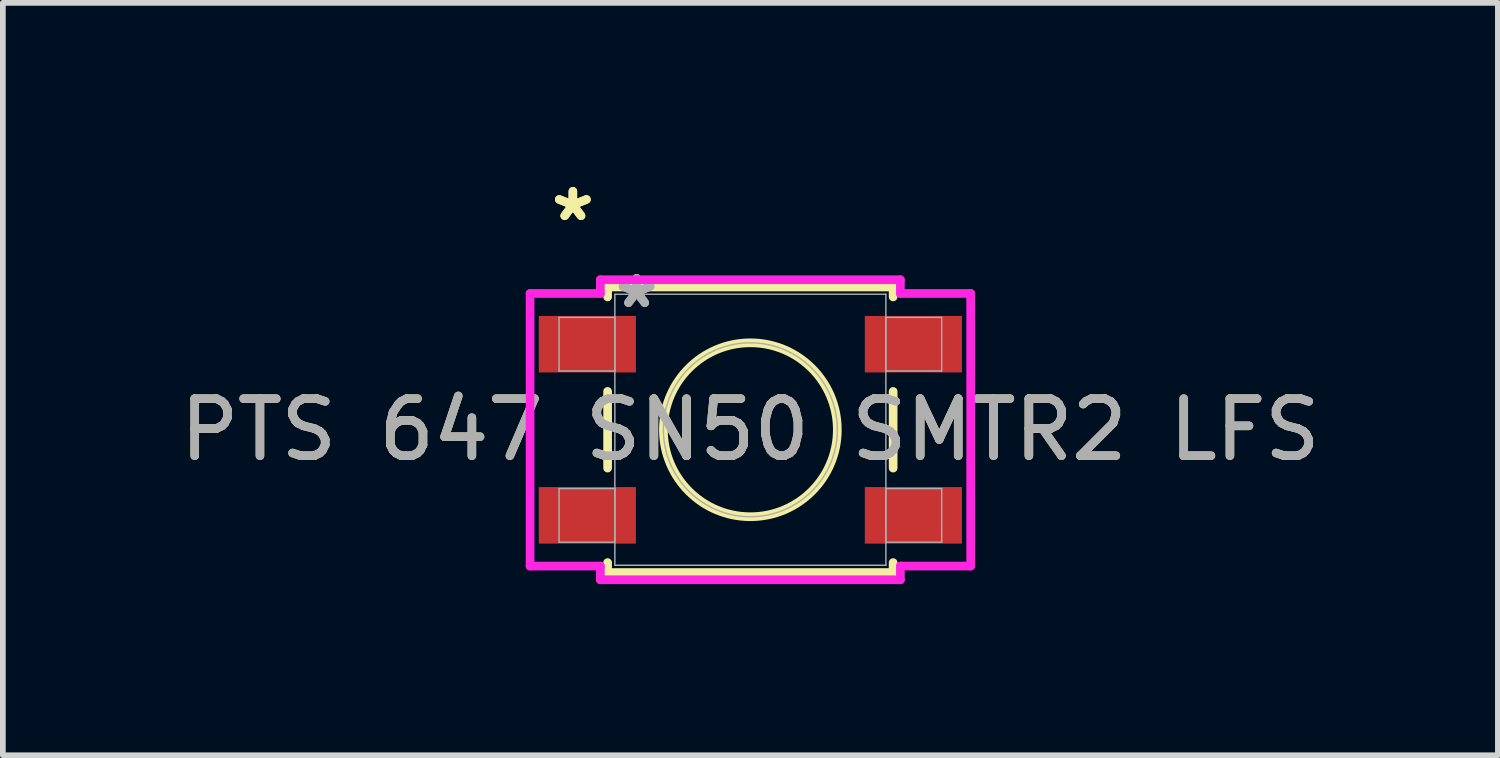
<source format=kicad_pcb>
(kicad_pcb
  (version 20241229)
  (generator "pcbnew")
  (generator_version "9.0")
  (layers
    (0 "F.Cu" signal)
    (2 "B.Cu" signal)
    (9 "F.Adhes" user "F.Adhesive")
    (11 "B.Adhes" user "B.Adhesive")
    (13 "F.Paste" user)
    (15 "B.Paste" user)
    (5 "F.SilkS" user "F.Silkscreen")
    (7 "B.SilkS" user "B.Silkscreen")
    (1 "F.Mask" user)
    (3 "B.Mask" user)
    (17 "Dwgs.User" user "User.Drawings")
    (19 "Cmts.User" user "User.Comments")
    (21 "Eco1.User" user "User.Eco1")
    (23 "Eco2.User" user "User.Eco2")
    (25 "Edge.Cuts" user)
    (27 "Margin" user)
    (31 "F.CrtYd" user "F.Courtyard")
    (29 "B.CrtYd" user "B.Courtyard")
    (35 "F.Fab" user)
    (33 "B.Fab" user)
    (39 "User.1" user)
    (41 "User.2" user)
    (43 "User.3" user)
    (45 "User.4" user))
  (footprint "PTS 647 SN50 SMTR2 LFS"
    (layer "F.Cu")
    (at 10.101 4.482)
    (property "Reference" "PTS 647 SN50 SMTR2 LFS" (at 0 0 0) (unlocked yes) (layer "F.SilkS") (effects (font (size 1 1) (thickness 0.15))))
    (attr smd)
    (fp_line (start -2.502 -2.502) (end -2.502 -2.328) (stroke (width 0.152) (type solid)) (layer "F.SilkS"))
    (fp_line (start -2.502 -0.672) (end -2.502 0.672) (stroke (width 0.152) (type solid)) (layer "F.SilkS"))
    (fp_line (start -2.502 2.328) (end -2.502 2.502) (stroke (width 0.152) (type solid)) (layer "F.SilkS"))
    (fp_line (start -2.502 2.502) (end 2.502 2.502) (stroke (width 0.152) (type solid)) (layer "F.SilkS"))
    (fp_line (start 2.502 -2.502) (end -2.502 -2.502) (stroke (width 0.152) (type solid)) (layer "F.SilkS"))
    (fp_line (start 2.502 -2.328) (end 2.502 -2.502) (stroke (width 0.152) (type solid)) (layer "F.SilkS"))
    (fp_line (start 2.502 0.672) (end 2.502 -0.672) (stroke (width 0.152) (type solid)) (layer "F.SilkS"))
    (fp_line (start 2.502 2.502) (end 2.502 2.328) (stroke (width 0.152) (type solid)) (layer "F.SilkS"))
    (fp_circle (center 0 0) (end 1.524 0) (stroke (width 0.152) (type solid)) (fill no) (layer "F.SilkS"))
    (fp_line (start -3.861 -2.389) (end -2.629 -2.389) (stroke (width 0.152) (type solid)) (layer "F.CrtYd"))
    (fp_line (start -3.861 2.389) (end -3.861 -2.389) (stroke (width 0.152) (type solid)) (layer "F.CrtYd"))
    (fp_line (start -2.629 -2.629) (end 2.629 -2.629) (stroke (width 0.152) (type solid)) (layer "F.CrtYd"))
    (fp_line (start -2.629 -2.389) (end -2.629 -2.629) (stroke (width 0.152) (type solid)) (layer "F.CrtYd"))
    (fp_line (start -2.629 2.389) (end -3.861 2.389) (stroke (width 0.152) (type solid)) (layer "F.CrtYd"))
    (fp_line (start -2.629 2.629) (end -2.629 2.389) (stroke (width 0.152) (type solid)) (layer "F.CrtYd"))
    (fp_line (start 2.629 -2.629) (end 2.629 -2.389) (stroke (width 0.152) (type solid)) (layer "F.CrtYd"))
    (fp_line (start 2.629 -2.389) (end 3.861 -2.389) (stroke (width 0.152) (type solid)) (layer "F.CrtYd"))
    (fp_line (start 2.629 2.389) (end 2.629 2.629) (stroke (width 0.152) (type solid)) (layer "F.CrtYd"))
    (fp_line (start 2.629 2.629) (end -2.629 2.629) (stroke (width 0.152) (type solid)) (layer "F.CrtYd"))
    (fp_line (start 3.861 -2.389) (end 3.861 2.389) (stroke (width 0.152) (type solid)) (layer "F.CrtYd"))
    (fp_line (start 3.861 2.389) (end 2.629 2.389) (stroke (width 0.152) (type solid)) (layer "F.CrtYd"))
    (fp_line (start -3.353 -1.97) (end -3.353 -1.03) (stroke (width 0.025) (type solid)) (layer "F.Fab"))
    (fp_line (start -3.353 -1.03) (end -2.375 -1.03) (stroke (width 0.025) (type solid)) (layer "F.Fab"))
    (fp_line (start -3.353 1.03) (end -3.353 1.97) (stroke (width 0.025) (type solid)) (layer "F.Fab"))
    (fp_line (start -3.353 1.97) (end -2.375 1.97) (stroke (width 0.025) (type solid)) (layer "F.Fab"))
    (fp_line (start -2.375 -2.375) (end -2.375 2.375) (stroke (width 0.025) (type solid)) (layer "F.Fab"))
    (fp_line (start -2.375 -1.97) (end -3.353 -1.97) (stroke (width 0.025) (type solid)) (layer "F.Fab"))
    (fp_line (start -2.375 -1.03) (end -2.375 -1.97) (stroke (width 0.025) (type solid)) (layer "F.Fab"))
    (fp_line (start -2.375 1.03) (end -3.353 1.03) (stroke (width 0.025) (type solid)) (layer "F.Fab"))
    (fp_line (start -2.375 1.97) (end -2.375 1.03) (stroke (width 0.025) (type solid)) (layer "F.Fab"))
    (fp_line (start -2.375 2.375) (end 2.375 2.375) (stroke (width 0.025) (type solid)) (layer "F.Fab"))
    (fp_line (start 2.375 -2.375) (end -2.375 -2.375) (stroke (width 0.025) (type solid)) (layer "F.Fab"))
    (fp_line (start 2.375 -1.97) (end 2.375 -1.03) (stroke (width 0.025) (type solid)) (layer "F.Fab"))
    (fp_line (start 2.375 -1.03) (end 3.353 -1.03) (stroke (width 0.025) (type solid)) (layer "F.Fab"))
    (fp_line (start 2.375 1.03) (end 2.375 1.97) (stroke (width 0.025) (type solid)) (layer "F.Fab"))
    (fp_line (start 2.375 1.97) (end 3.353 1.97) (stroke (width 0.025) (type solid)) (layer "F.Fab"))
    (fp_line (start 2.375 2.375) (end 2.375 -2.375) (stroke (width 0.025) (type solid)) (layer "F.Fab"))
    (fp_line (start 3.353 -1.97) (end 2.375 -1.97) (stroke (width 0.025) (type solid)) (layer "F.Fab"))
    (fp_line (start 3.353 -1.03) (end 3.353 -1.97) (stroke (width 0.025) (type solid)) (layer "F.Fab"))
    (fp_line (start 3.353 1.03) (end 2.375 1.03) (stroke (width 0.025) (type solid)) (layer "F.Fab"))
    (fp_line (start 3.353 1.97) (end 3.353 1.03) (stroke (width 0.025) (type solid)) (layer "F.Fab"))
    (fp_circle (center 0 0) (end 1.524 0) (stroke (width 0.025) (type solid)) (fill no) (layer "F.Fab"))
    (fp_text user "*" (at -3.111 -3.634 0) (unlocked yes) (layer "F.SilkS") (effects (font (size 1 1) (thickness 0.15))))
    (fp_text user "*" (at -3.111 -3.634 0) (layer "F.SilkS") (effects (font (size 1 1) (thickness 0.15))))
    (fp_text user "${REFERENCE}" (at 0 0 0) (unlocked yes) (layer "F.Fab") (effects (font (size 1 1) (thickness 0.15))))
    (fp_text user "*" (at -1.994 -2.11 0) (layer "F.Fab") (effects (font (size 1 1) (thickness 0.15))))
    (fp_text user "*" (at -1.994 -2.11 0) (unlocked yes) (layer "F.Fab") (effects (font (size 1 1) (thickness 0.15))))
    (pad "1" smd rect (at -2.857 -1.5) (size 1.702 0.991) (layers "F.Cu" "F.Mask" "F.Paste"))
    (pad "2" smd rect (at 2.857 -1.5) (size 1.702 0.991) (layers "F.Cu" "F.Mask" "F.Paste"))
    (pad "3" smd rect (at -2.857 1.5) (size 1.702 0.991) (layers "F.Cu" "F.Mask" "F.Paste"))
    (pad "4" smd rect (at 2.857 1.5) (size 1.702 0.991) (layers "F.Cu" "F.Mask" "F.Paste")))
  (gr_rect
    (start -3 -3)
    (end 23.202 10.187)
    (stroke (width 0.1) (type default))
    (fill no)
    (layer "Edge.Cuts")))
</source>
